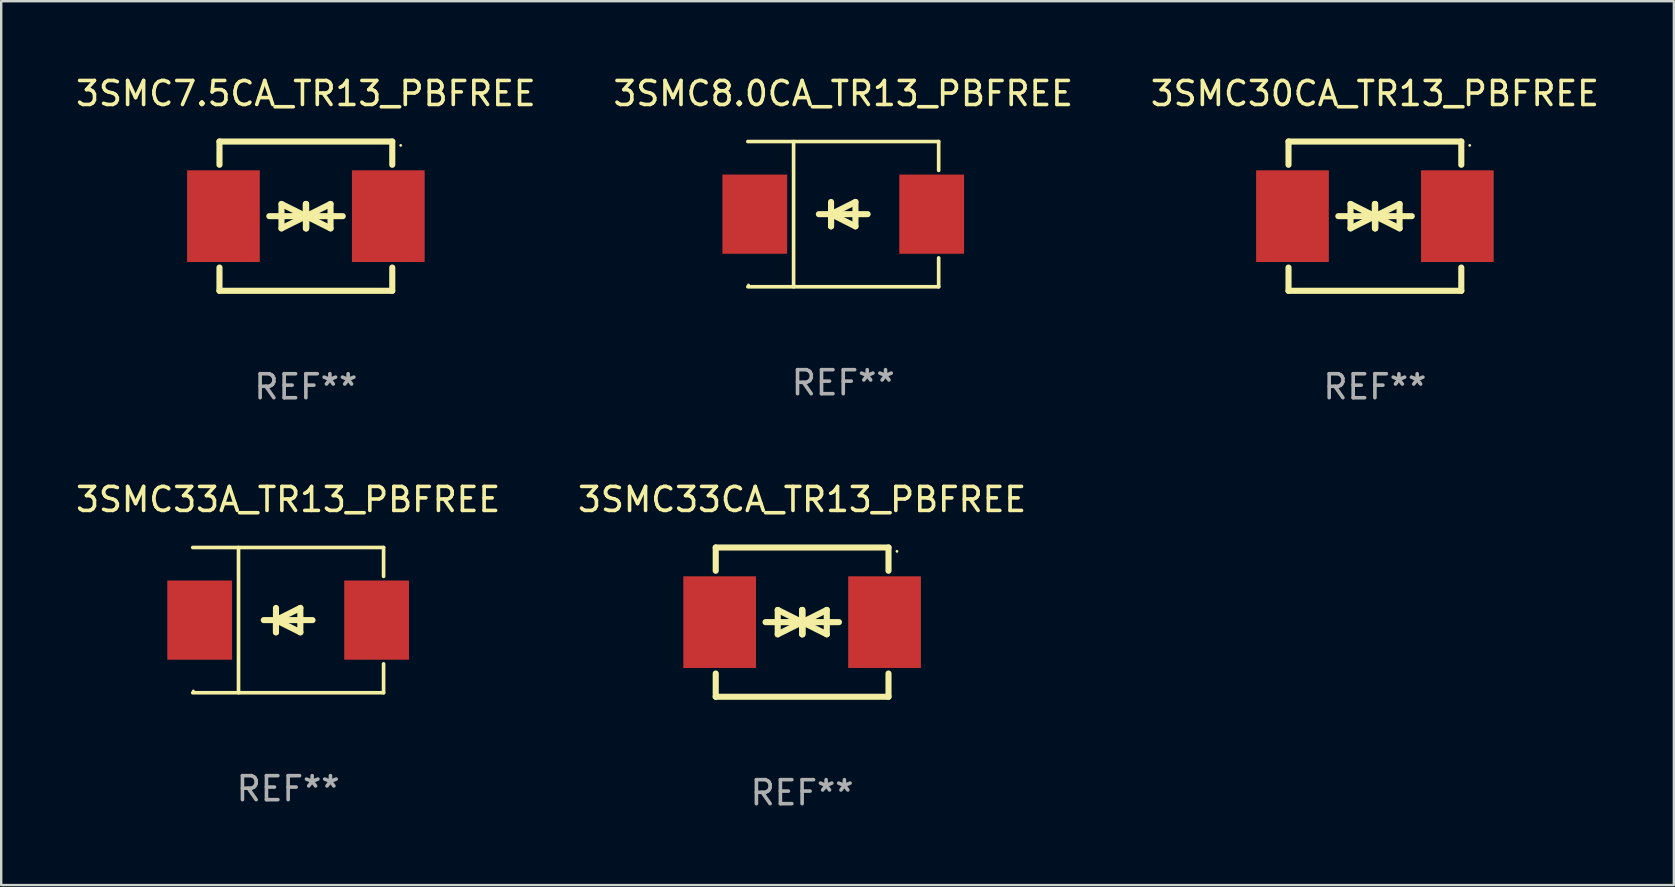
<source format=kicad_pcb>
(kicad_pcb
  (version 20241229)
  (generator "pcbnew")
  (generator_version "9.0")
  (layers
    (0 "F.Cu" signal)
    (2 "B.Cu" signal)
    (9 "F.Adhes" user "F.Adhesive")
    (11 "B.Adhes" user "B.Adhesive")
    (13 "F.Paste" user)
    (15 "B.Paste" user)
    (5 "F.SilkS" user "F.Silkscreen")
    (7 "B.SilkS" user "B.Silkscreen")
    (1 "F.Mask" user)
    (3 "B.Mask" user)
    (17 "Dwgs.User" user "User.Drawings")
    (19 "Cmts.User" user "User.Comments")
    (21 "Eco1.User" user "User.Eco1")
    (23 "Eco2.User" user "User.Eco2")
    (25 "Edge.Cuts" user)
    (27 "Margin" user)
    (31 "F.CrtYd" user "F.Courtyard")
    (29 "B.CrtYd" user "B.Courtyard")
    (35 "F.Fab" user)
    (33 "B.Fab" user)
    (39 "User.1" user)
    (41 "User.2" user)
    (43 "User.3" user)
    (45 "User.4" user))
  (footprint "3SMC33CA_TR13_PBFREE"
    (layer "F.Cu")
    (at 30.375 22.875)
    (property "Reference" "3SMC33CA_TR13_PBFREE" (at 0 -5.11 0) (layer "F.SilkS") (effects (font (size 1 1) (thickness 0.15))))
    (attr through_hole)
    (fp_line (start -3.6 -2.141) (end -3.6 -3.11) (stroke (width 0.254) (type solid)) (layer "F.SilkS"))
    (fp_line (start -3.6 3.11) (end -3.6 2.141) (stroke (width 0.254) (type solid)) (layer "F.SilkS"))
    (fp_line (start -1.524 0) (end 0.508 0) (stroke (width 0.254) (type solid)) (layer "F.SilkS"))
    (fp_line (start -1.016 -0.508) (end -1.016 0.508) (stroke (width 0.254) (type solid)) (layer "F.SilkS"))
    (fp_line (start -1.016 0.508) (end 0 0) (stroke (width 0.254) (type solid)) (layer "F.SilkS"))
    (fp_line (start 0 -0.508) (end 0 0.508) (stroke (width 0.254) (type solid)) (layer "F.SilkS"))
    (fp_line (start 0 0) (end -1.016 -0.508) (stroke (width 0.254) (type solid)) (layer "F.SilkS"))
    (fp_line (start 0 0) (end 0 -0.508) (stroke (width 0.254) (type solid)) (layer "F.SilkS"))
    (fp_line (start 0.012 0) (end 0.012 0.508) (stroke (width 0.254) (type solid)) (layer "F.SilkS"))
    (fp_line (start 0.012 0) (end 1.028 0.508) (stroke (width 0.254) (type solid)) (layer "F.SilkS"))
    (fp_line (start 0.012 0.508) (end 0.012 -0.508) (stroke (width 0.254) (type solid)) (layer "F.SilkS"))
    (fp_line (start 1.028 -0.508) (end 0.012 0) (stroke (width 0.254) (type solid)) (layer "F.SilkS"))
    (fp_line (start 1.028 0.508) (end 1.028 -0.508) (stroke (width 0.254) (type solid)) (layer "F.SilkS"))
    (fp_line (start 1.536 0) (end -0.496 0) (stroke (width 0.254) (type solid)) (layer "F.SilkS"))
    (fp_line (start 3.6 -3.11) (end -3.6 -3.11) (stroke (width 0.254) (type solid)) (layer "F.SilkS"))
    (fp_line (start 3.6 -2.141) (end 3.6 -3.11) (stroke (width 0.254) (type solid)) (layer "F.SilkS"))
    (fp_line (start 3.6 3.11) (end -3.6 3.11) (stroke (width 0.254) (type solid)) (layer "F.SilkS"))
    (fp_line (start 3.6 3.11) (end 3.6 2.141) (stroke (width 0.254) (type solid)) (layer "F.SilkS"))
    (fp_circle (center 3.952 -2.95) (end 3.982 -2.95) (stroke (width 0.06) (type solid)) (fill no) (layer "F.SilkS"))
    (fp_text user "REF**" (at 0 7.11 0) (layer "F.Fab") (effects (font (size 1 1) (thickness 0.15))))
    (pad "1" smd rect (at 3.435 0) (size 3.03 3.82) (layers "F.Cu" "F.Mask" "F.Paste"))
    (pad "2" smd rect (at -3.435 0) (size 3.03 3.82) (layers "F.Cu" "F.Mask" "F.Paste")))
  (footprint "3SMC30CA_TR13_PBFREE"
    (layer "F.Cu")
    (at 54.244 5.958)
    (property "Reference" "3SMC30CA_TR13_PBFREE" (at 0 -5.11 0) (layer "F.SilkS") (effects (font (size 1 1) (thickness 0.15))))
    (attr through_hole)
    (fp_line (start -3.6 -2.141) (end -3.6 -3.11) (stroke (width 0.254) (type solid)) (layer "F.SilkS"))
    (fp_line (start -3.6 3.11) (end -3.6 2.141) (stroke (width 0.254) (type solid)) (layer "F.SilkS"))
    (fp_line (start -1.524 0) (end 0.508 0) (stroke (width 0.254) (type solid)) (layer "F.SilkS"))
    (fp_line (start -1.016 -0.508) (end -1.016 0.508) (stroke (width 0.254) (type solid)) (layer "F.SilkS"))
    (fp_line (start -1.016 0.508) (end 0 0) (stroke (width 0.254) (type solid)) (layer "F.SilkS"))
    (fp_line (start 0 -0.508) (end 0 0.508) (stroke (width 0.254) (type solid)) (layer "F.SilkS"))
    (fp_line (start 0 0) (end -1.016 -0.508) (stroke (width 0.254) (type solid)) (layer "F.SilkS"))
    (fp_line (start 0 0) (end 0 -0.508) (stroke (width 0.254) (type solid)) (layer "F.SilkS"))
    (fp_line (start 0.012 0) (end 0.012 0.508) (stroke (width 0.254) (type solid)) (layer "F.SilkS"))
    (fp_line (start 0.012 0) (end 1.028 0.508) (stroke (width 0.254) (type solid)) (layer "F.SilkS"))
    (fp_line (start 0.012 0.508) (end 0.012 -0.508) (stroke (width 0.254) (type solid)) (layer "F.SilkS"))
    (fp_line (start 1.028 -0.508) (end 0.012 0) (stroke (width 0.254) (type solid)) (layer "F.SilkS"))
    (fp_line (start 1.028 0.508) (end 1.028 -0.508) (stroke (width 0.254) (type solid)) (layer "F.SilkS"))
    (fp_line (start 1.536 0) (end -0.496 0) (stroke (width 0.254) (type solid)) (layer "F.SilkS"))
    (fp_line (start 3.6 -3.11) (end -3.6 -3.11) (stroke (width 0.254) (type solid)) (layer "F.SilkS"))
    (fp_line (start 3.6 -2.141) (end 3.6 -3.11) (stroke (width 0.254) (type solid)) (layer "F.SilkS"))
    (fp_line (start 3.6 3.11) (end -3.6 3.11) (stroke (width 0.254) (type solid)) (layer "F.SilkS"))
    (fp_line (start 3.6 3.11) (end 3.6 2.141) (stroke (width 0.254) (type solid)) (layer "F.SilkS"))
    (fp_circle (center 3.952 -2.95) (end 3.982 -2.95) (stroke (width 0.06) (type solid)) (fill no) (layer "F.SilkS"))
    (fp_text user "REF**" (at 0 7.11 0) (layer "F.Fab") (effects (font (size 1 1) (thickness 0.15))))
    (pad "1" smd rect (at 3.435 0) (size 3.03 3.82) (layers "F.Cu" "F.Mask" "F.Paste"))
    (pad "2" smd rect (at -3.435 0) (size 3.03 3.82) (layers "F.Cu" "F.Mask" "F.Paste")))
  (footprint "3SMC7.5CA_TR13_PBFREE"
    (layer "F.Cu")
    (at 9.696 5.958)
    (property "Reference" "3SMC7.5CA_TR13_PBFREE" (at 0 -5.11 0) (layer "F.SilkS") (effects (font (size 1 1) (thickness 0.15))))
    (attr through_hole)
    (fp_line (start -3.6 -2.141) (end -3.6 -3.11) (stroke (width 0.254) (type solid)) (layer "F.SilkS"))
    (fp_line (start -3.6 3.11) (end -3.6 2.141) (stroke (width 0.254) (type solid)) (layer "F.SilkS"))
    (fp_line (start -1.524 0) (end 0.508 0) (stroke (width 0.254) (type solid)) (layer "F.SilkS"))
    (fp_line (start -1.016 -0.508) (end -1.016 0.508) (stroke (width 0.254) (type solid)) (layer "F.SilkS"))
    (fp_line (start -1.016 0.508) (end 0 0) (stroke (width 0.254) (type solid)) (layer "F.SilkS"))
    (fp_line (start 0 -0.508) (end 0 0.508) (stroke (width 0.254) (type solid)) (layer "F.SilkS"))
    (fp_line (start 0 0) (end -1.016 -0.508) (stroke (width 0.254) (type solid)) (layer "F.SilkS"))
    (fp_line (start 0 0) (end 0 -0.508) (stroke (width 0.254) (type solid)) (layer "F.SilkS"))
    (fp_line (start 0.012 0) (end 0.012 0.508) (stroke (width 0.254) (type solid)) (layer "F.SilkS"))
    (fp_line (start 0.012 0) (end 1.028 0.508) (stroke (width 0.254) (type solid)) (layer "F.SilkS"))
    (fp_line (start 0.012 0.508) (end 0.012 -0.508) (stroke (width 0.254) (type solid)) (layer "F.SilkS"))
    (fp_line (start 1.028 -0.508) (end 0.012 0) (stroke (width 0.254) (type solid)) (layer "F.SilkS"))
    (fp_line (start 1.028 0.508) (end 1.028 -0.508) (stroke (width 0.254) (type solid)) (layer "F.SilkS"))
    (fp_line (start 1.536 0) (end -0.496 0) (stroke (width 0.254) (type solid)) (layer "F.SilkS"))
    (fp_line (start 3.6 -3.11) (end -3.6 -3.11) (stroke (width 0.254) (type solid)) (layer "F.SilkS"))
    (fp_line (start 3.6 -2.141) (end 3.6 -3.11) (stroke (width 0.254) (type solid)) (layer "F.SilkS"))
    (fp_line (start 3.6 3.11) (end -3.6 3.11) (stroke (width 0.254) (type solid)) (layer "F.SilkS"))
    (fp_line (start 3.6 3.11) (end 3.6 2.141) (stroke (width 0.254) (type solid)) (layer "F.SilkS"))
    (fp_circle (center 3.952 -2.95) (end 3.982 -2.95) (stroke (width 0.06) (type solid)) (fill no) (layer "F.SilkS"))
    (fp_text user "REF**" (at 0 7.11 0) (layer "F.Fab") (effects (font (size 1 1) (thickness 0.15))))
    (pad "1" smd rect (at 3.435 0) (size 3.03 3.82) (layers "F.Cu" "F.Mask" "F.Paste"))
    (pad "2" smd rect (at -3.435 0) (size 3.03 3.82) (layers "F.Cu" "F.Mask" "F.Paste")))
  (footprint "3SMC8.0CA_TR13_PBFREE"
    (layer "F.Cu")
    (at 32.089 5.874)
    (property "Reference" "3SMC8.0CA_TR13_PBFREE" (at 0 -5.026 0) (layer "F.SilkS") (effects (font (size 1 1) (thickness 0.15))))
    (attr through_hole)
    (fp_line (start -3.976 -3.026) (end 3.976 -3.026) (stroke (width 0.152) (type solid)) (layer "F.SilkS"))
    (fp_line (start -3.976 3.026) (end 3.976 3.026) (stroke (width 0.152) (type solid)) (layer "F.SilkS"))
    (fp_line (start -2.069 -3.026) (end -2.069 3.026) (stroke (width 0.152) (type solid)) (layer "F.SilkS"))
    (fp_line (start -0.508 0) (end -0.508 0.508) (stroke (width 0.254) (type solid)) (layer "F.SilkS"))
    (fp_line (start -0.508 0) (end 0.508 0.508) (stroke (width 0.254) (type solid)) (layer "F.SilkS"))
    (fp_line (start -0.508 0.508) (end -0.508 -0.508) (stroke (width 0.254) (type solid)) (layer "F.SilkS"))
    (fp_line (start 0.508 -0.508) (end -0.508 0) (stroke (width 0.254) (type solid)) (layer "F.SilkS"))
    (fp_line (start 0.508 0.508) (end 0.508 -0.508) (stroke (width 0.254) (type solid)) (layer "F.SilkS"))
    (fp_line (start 1.016 0) (end -1.016 0) (stroke (width 0.254) (type solid)) (layer "F.SilkS"))
    (fp_line (start 3.976 -3.026) (end 3.976 -1.823) (stroke (width 0.152) (type solid)) (layer "F.SilkS"))
    (fp_line (start 3.976 3.026) (end 3.976 1.823) (stroke (width 0.152) (type solid)) (layer "F.SilkS"))
    (fp_circle (center -3.95 2.95) (end -3.92 2.95) (stroke (width 0.06) (type solid)) (fill no) (layer "F.SilkS"))
    (fp_text user "REF**" (at 0 7.026 0) (layer "F.Fab") (effects (font (size 1 1) (thickness 0.15))))
    (pad "1" smd rect (at -3.686 0) (size 2.7 3.3) (layers "F.Cu" "F.Mask" "F.Paste"))
    (pad "2" smd rect (at 3.686 0) (size 2.7 3.3) (layers "F.Cu" "F.Mask" "F.Paste")))
  (footprint "3SMC33A_TR13_PBFREE"
    (layer "F.Cu")
    (at 8.958 22.791)
    (property "Reference" "3SMC33A_TR13_PBFREE" (at 0 -5.026 0) (layer "F.SilkS") (effects (font (size 1 1) (thickness 0.15))))
    (attr through_hole)
    (fp_line (start -3.976 -3.026) (end 3.976 -3.026) (stroke (width 0.152) (type solid)) (layer "F.SilkS"))
    (fp_line (start -3.976 3.026) (end 3.976 3.026) (stroke (width 0.152) (type solid)) (layer "F.SilkS"))
    (fp_line (start -2.069 -3.026) (end -2.069 3.026) (stroke (width 0.152) (type solid)) (layer "F.SilkS"))
    (fp_line (start -0.508 0) (end -0.508 0.508) (stroke (width 0.254) (type solid)) (layer "F.SilkS"))
    (fp_line (start -0.508 0) (end 0.508 0.508) (stroke (width 0.254) (type solid)) (layer "F.SilkS"))
    (fp_line (start -0.508 0.508) (end -0.508 -0.508) (stroke (width 0.254) (type solid)) (layer "F.SilkS"))
    (fp_line (start 0.508 -0.508) (end -0.508 0) (stroke (width 0.254) (type solid)) (layer "F.SilkS"))
    (fp_line (start 0.508 0.508) (end 0.508 -0.508) (stroke (width 0.254) (type solid)) (layer "F.SilkS"))
    (fp_line (start 1.016 0) (end -1.016 0) (stroke (width 0.254) (type solid)) (layer "F.SilkS"))
    (fp_line (start 3.976 -3.026) (end 3.976 -1.823) (stroke (width 0.152) (type solid)) (layer "F.SilkS"))
    (fp_line (start 3.976 3.026) (end 3.976 1.823) (stroke (width 0.152) (type solid)) (layer "F.SilkS"))
    (fp_circle (center -3.95 2.95) (end -3.92 2.95) (stroke (width 0.06) (type solid)) (fill no) (layer "F.SilkS"))
    (fp_text user "REF**" (at 0 7.026 0) (layer "F.Fab") (effects (font (size 1 1) (thickness 0.15))))
    (pad "1" smd rect (at -3.686 0) (size 2.7 3.3) (layers "F.Cu" "F.Mask" "F.Paste"))
    (pad "2" smd rect (at 3.686 0) (size 2.7 3.3) (layers "F.Cu" "F.Mask" "F.Paste")))
  (gr_rect
    (start -3 -3)
    (end 66.702 33.833)
    (stroke (width 0.1) (type default))
    (fill no)
    (layer "Edge.Cuts")))
</source>
